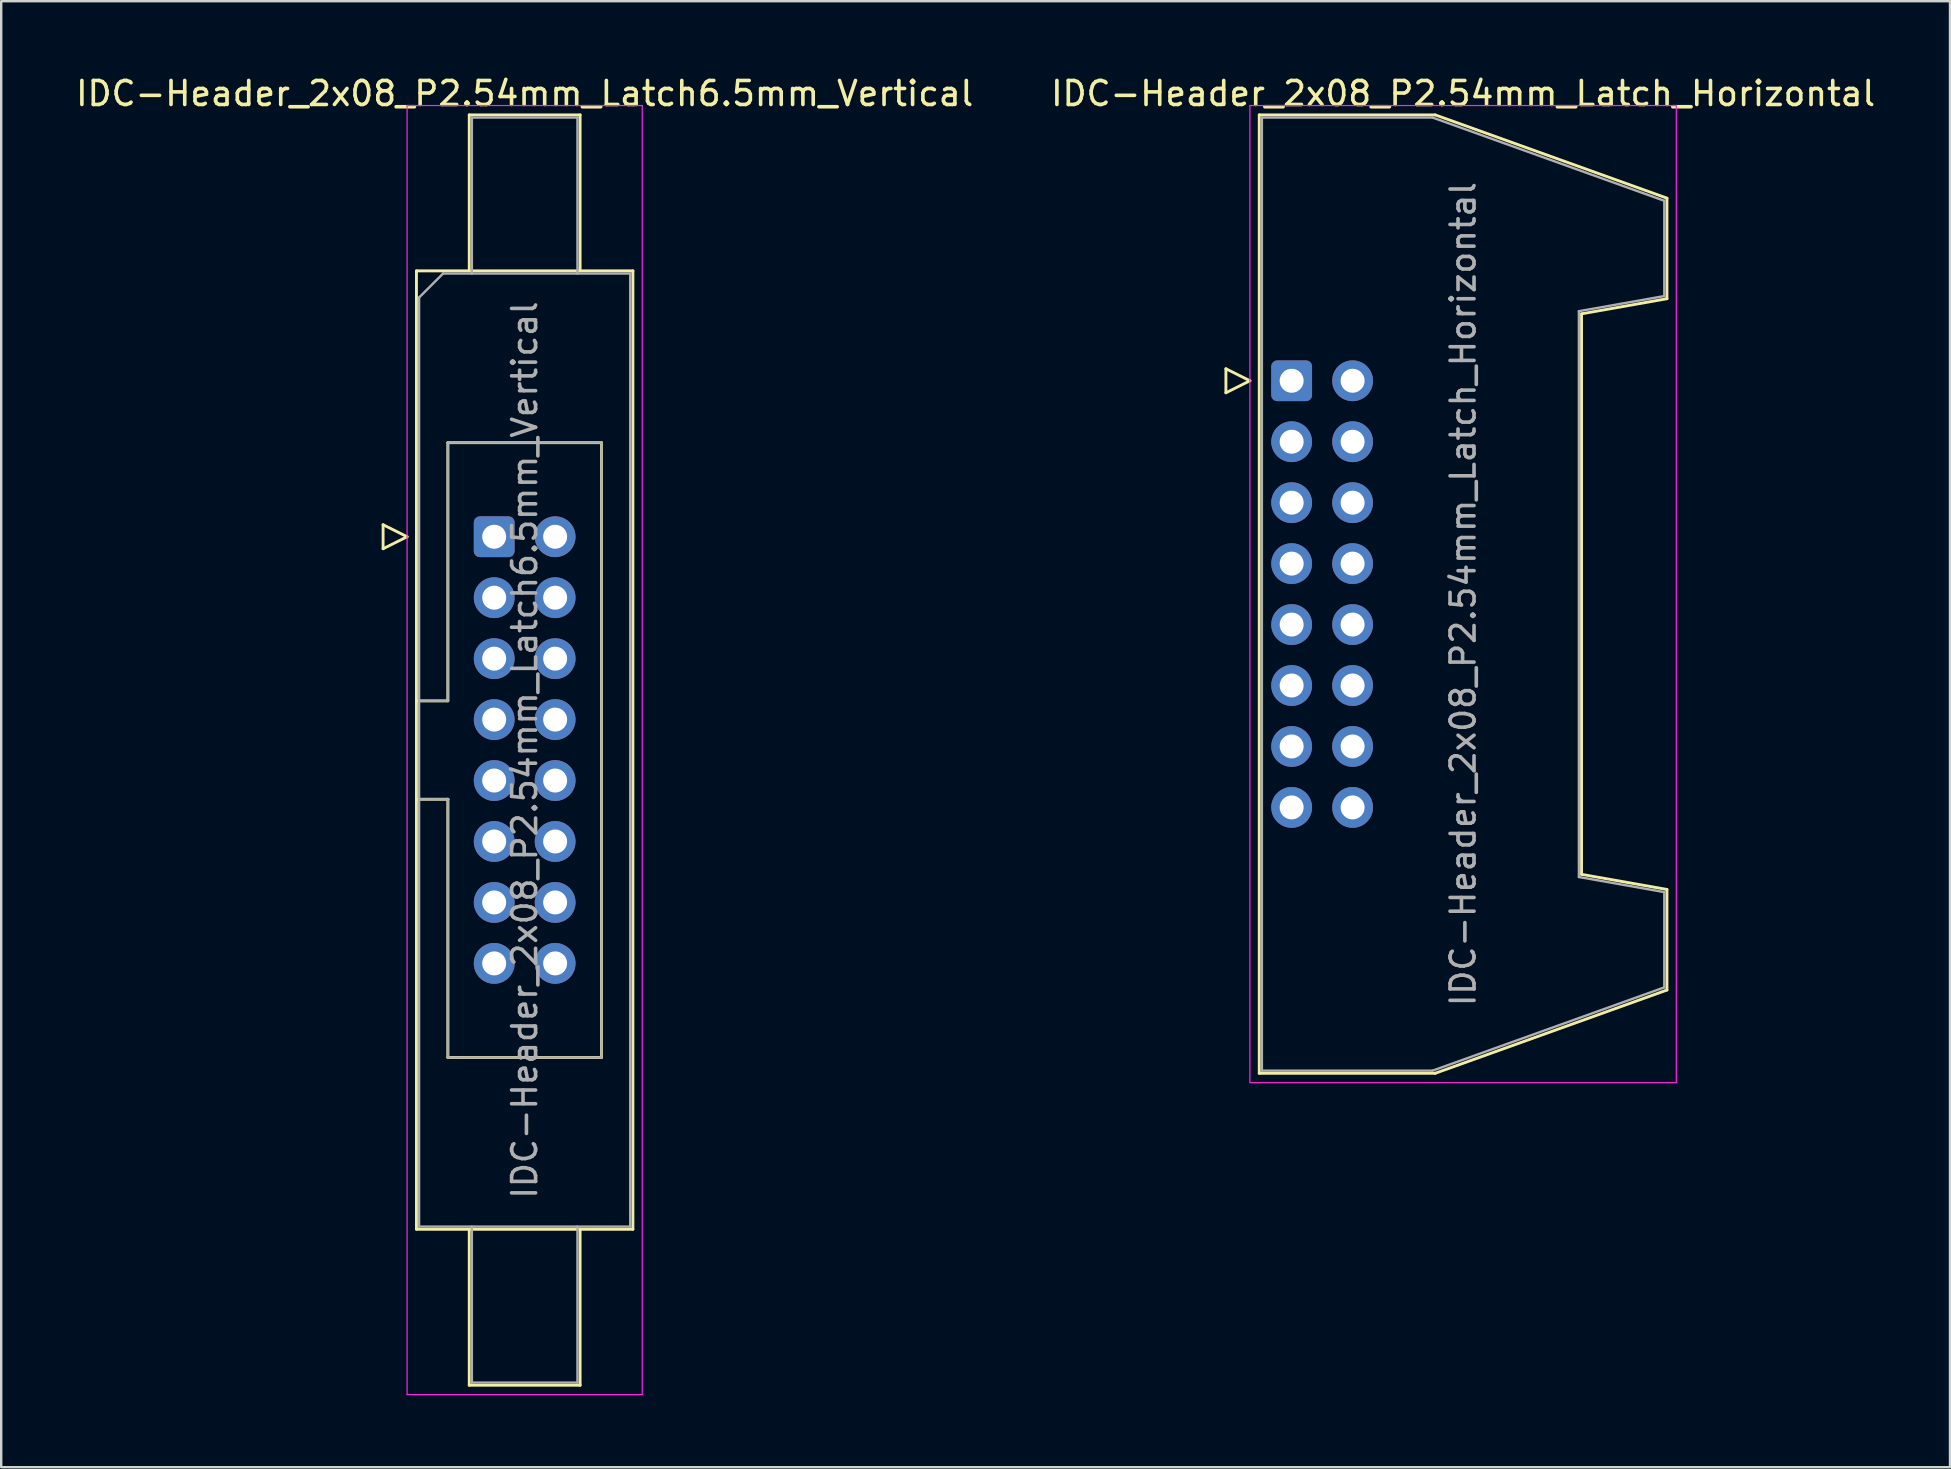
<source format=kicad_pcb>
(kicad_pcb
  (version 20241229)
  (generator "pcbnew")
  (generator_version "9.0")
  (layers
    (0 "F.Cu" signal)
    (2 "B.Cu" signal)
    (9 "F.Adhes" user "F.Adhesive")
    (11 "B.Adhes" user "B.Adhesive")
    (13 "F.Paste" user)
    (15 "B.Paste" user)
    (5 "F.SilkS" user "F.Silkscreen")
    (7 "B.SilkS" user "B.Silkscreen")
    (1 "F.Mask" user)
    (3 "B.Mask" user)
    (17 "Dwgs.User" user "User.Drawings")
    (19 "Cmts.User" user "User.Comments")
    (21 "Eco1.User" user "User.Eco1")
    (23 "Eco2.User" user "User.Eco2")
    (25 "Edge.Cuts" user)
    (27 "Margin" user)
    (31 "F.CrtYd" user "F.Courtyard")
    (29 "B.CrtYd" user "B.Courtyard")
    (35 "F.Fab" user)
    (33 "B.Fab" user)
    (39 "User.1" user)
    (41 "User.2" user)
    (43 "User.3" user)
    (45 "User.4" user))
  (footprint "IDC-Header_2x08_P2.54mm_Latch_Horizontal"
    (layer "F.Cu")
    (at 50.778 12.818)
    (property "Reference" "IDC-Header_2x08_P2.54mm_Latch_Horizontal" (at 7.145 -11.97 0) (layer "F.SilkS") (effects (font (size 1 1) (thickness 0.15))))
    (attr through_hole)
    (fp_line (start -2.74 -0.5) (end -2.74 0.5) (stroke (width 0.12) (type solid)) (layer "F.SilkS"))
    (fp_line (start -2.74 0.5) (end -1.74 0) (stroke (width 0.12) (type solid)) (layer "F.SilkS"))
    (fp_line (start -1.74 0) (end -2.74 -0.5) (stroke (width 0.12) (type solid)) (layer "F.SilkS"))
    (fp_line (start -1.35 -11.08) (end 5.98 -11.08) (stroke (width 0.12) (type solid)) (layer "F.SilkS"))
    (fp_line (start -1.35 28.86) (end -1.35 -11.08) (stroke (width 0.12) (type solid)) (layer "F.SilkS"))
    (fp_line (start 5.98 -11.08) (end 15.64 -7.61) (stroke (width 0.12) (type solid)) (layer "F.SilkS"))
    (fp_line (start 5.98 28.86) (end -1.35 28.86) (stroke (width 0.12) (type solid)) (layer "F.SilkS"))
    (fp_line (start 12.08 -2.79) (end 12.08 20.57) (stroke (width 0.12) (type solid)) (layer "F.SilkS"))
    (fp_line (start 12.08 20.57) (end 15.64 21.2) (stroke (width 0.12) (type solid)) (layer "F.SilkS"))
    (fp_line (start 15.64 -7.61) (end 15.64 -3.42) (stroke (width 0.12) (type solid)) (layer "F.SilkS"))
    (fp_line (start 15.64 -3.42) (end 12.08 -2.79) (stroke (width 0.12) (type solid)) (layer "F.SilkS"))
    (fp_line (start 15.64 21.2) (end 15.64 25.39) (stroke (width 0.12) (type solid)) (layer "F.SilkS"))
    (fp_line (start 15.64 25.39) (end 5.98 28.86) (stroke (width 0.12) (type solid)) (layer "F.SilkS"))
    (fp_line (start -1.74 -11.47) (end -1.74 29.25) (stroke (width 0.05) (type solid)) (layer "F.CrtYd"))
    (fp_line (start -1.74 29.25) (end 16.03 29.25) (stroke (width 0.05) (type solid)) (layer "F.CrtYd"))
    (fp_line (start 16.03 -11.47) (end -1.74 -11.47) (stroke (width 0.05) (type solid)) (layer "F.CrtYd"))
    (fp_line (start 16.03 29.25) (end 16.03 -11.47) (stroke (width 0.05) (type solid)) (layer "F.CrtYd"))
    (fp_line (start -1.24 -10.97) (end 5.87 -10.97) (stroke (width 0.1) (type solid)) (layer "F.Fab"))
    (fp_line (start -1.24 28.75) (end -1.24 -10.97) (stroke (width 0.1) (type solid)) (layer "F.Fab"))
    (fp_line (start 5.87 -10.97) (end 15.53 -7.5) (stroke (width 0.1) (type solid)) (layer "F.Fab"))
    (fp_line (start 5.87 28.75) (end -1.24 28.75) (stroke (width 0.1) (type solid)) (layer "F.Fab"))
    (fp_line (start 11.97 -2.9) (end 11.97 20.68) (stroke (width 0.1) (type solid)) (layer "F.Fab"))
    (fp_line (start 11.97 20.68) (end 15.53 21.31) (stroke (width 0.1) (type solid)) (layer "F.Fab"))
    (fp_line (start 15.53 -7.5) (end 15.53 -3.53) (stroke (width 0.1) (type solid)) (layer "F.Fab"))
    (fp_line (start 15.53 -3.53) (end 11.97 -2.9) (stroke (width 0.1) (type solid)) (layer "F.Fab"))
    (fp_line (start 15.53 21.31) (end 15.53 25.28) (stroke (width 0.1) (type solid)) (layer "F.Fab"))
    (fp_line (start 15.53 25.28) (end 5.87 28.75) (stroke (width 0.1) (type solid)) (layer "F.Fab"))
    (fp_text user "${REFERENCE}" (at 7.145 8.89 90) (layer "F.Fab") (effects (font (size 1 1) (thickness 0.15))))
    (pad "1" thru_hole roundrect (at 0 0) (size 1.7 1.7) (drill 1) (layers "*.Cu" "*.Mask") (roundrect_rratio 0.147))
    (pad "2" thru_hole circle (at 2.54 0) (size 1.7 1.7) (drill 1) (layers "*.Cu" "*.Mask"))
    (pad "3" thru_hole circle (at 0 2.54) (size 1.7 1.7) (drill 1) (layers "*.Cu" "*.Mask"))
    (pad "4" thru_hole circle (at 2.54 2.54) (size 1.7 1.7) (drill 1) (layers "*.Cu" "*.Mask"))
    (pad "5" thru_hole circle (at 0 5.08) (size 1.7 1.7) (drill 1) (layers "*.Cu" "*.Mask"))
    (pad "6" thru_hole circle (at 2.54 5.08) (size 1.7 1.7) (drill 1) (layers "*.Cu" "*.Mask"))
    (pad "7" thru_hole circle (at 0 7.62) (size 1.7 1.7) (drill 1) (layers "*.Cu" "*.Mask"))
    (pad "8" thru_hole circle (at 2.54 7.62) (size 1.7 1.7) (drill 1) (layers "*.Cu" "*.Mask"))
    (pad "9" thru_hole circle (at 0 10.16) (size 1.7 1.7) (drill 1) (layers "*.Cu" "*.Mask"))
    (pad "10" thru_hole circle (at 2.54 10.16) (size 1.7 1.7) (drill 1) (layers "*.Cu" "*.Mask"))
    (pad "11" thru_hole circle (at 0 12.7) (size 1.7 1.7) (drill 1) (layers "*.Cu" "*.Mask"))
    (pad "12" thru_hole circle (at 2.54 12.7) (size 1.7 1.7) (drill 1) (layers "*.Cu" "*.Mask"))
    (pad "13" thru_hole circle (at 0 15.24) (size 1.7 1.7) (drill 1) (layers "*.Cu" "*.Mask"))
    (pad "14" thru_hole circle (at 2.54 15.24) (size 1.7 1.7) (drill 1) (layers "*.Cu" "*.Mask"))
    (pad "15" thru_hole circle (at 0 17.78) (size 1.7 1.7) (drill 1) (layers "*.Cu" "*.Mask"))
    (pad "16" thru_hole circle (at 2.54 17.78) (size 1.7 1.7) (drill 1) (layers "*.Cu" "*.Mask")))
  (footprint "IDC-Header_2x08_P2.54mm_Latch6.5mm_Vertical"
    (layer "F.Cu")
    (at 17.545 19.318)
    (property "Reference" "IDC-Header_2x08_P2.54mm_Latch6.5mm_Vertical" (at 1.27 -18.47 0) (layer "F.SilkS") (effects (font (size 1 1) (thickness 0.15))))
    (attr through_hole)
    (fp_line (start -4.63 -0.5) (end -4.63 0.5) (stroke (width 0.12) (type solid)) (layer "F.SilkS"))
    (fp_line (start -4.63 0.5) (end -3.63 0) (stroke (width 0.12) (type solid)) (layer "F.SilkS"))
    (fp_line (start -3.63 0) (end -4.63 -0.5) (stroke (width 0.12) (type solid)) (layer "F.SilkS"))
    (fp_line (start -3.24 -11.08) (end 5.78 -11.08) (stroke (width 0.12) (type solid)) (layer "F.SilkS"))
    (fp_line (start -3.24 6.84) (end -1.93 6.84) (stroke (width 0.12) (type solid)) (layer "F.SilkS"))
    (fp_line (start -3.24 28.86) (end -3.24 -11.08) (stroke (width 0.12) (type solid)) (layer "F.SilkS"))
    (fp_line (start -1.93 -3.92) (end 4.47 -3.92) (stroke (width 0.12) (type solid)) (layer "F.SilkS"))
    (fp_line (start -1.93 6.84) (end -1.93 -3.92) (stroke (width 0.12) (type solid)) (layer "F.SilkS"))
    (fp_line (start -1.93 10.94) (end -3.24 10.94) (stroke (width 0.12) (type solid)) (layer "F.SilkS"))
    (fp_line (start -1.93 10.94) (end -1.93 10.94) (stroke (width 0.12) (type solid)) (layer "F.SilkS"))
    (fp_line (start -1.93 21.7) (end -1.93 10.94) (stroke (width 0.12) (type solid)) (layer "F.SilkS"))
    (fp_line (start -1.04 -17.58) (end 3.58 -17.58) (stroke (width 0.12) (type solid)) (layer "F.SilkS"))
    (fp_line (start -1.04 -11.08) (end -1.04 -17.58) (stroke (width 0.12) (type solid)) (layer "F.SilkS"))
    (fp_line (start -1.04 28.86) (end -1.04 35.36) (stroke (width 0.12) (type solid)) (layer "F.SilkS"))
    (fp_line (start -1.04 35.36) (end 3.58 35.36) (stroke (width 0.12) (type solid)) (layer "F.SilkS"))
    (fp_line (start 3.58 -17.58) (end 3.58 -11.08) (stroke (width 0.12) (type solid)) (layer "F.SilkS"))
    (fp_line (start 3.58 35.36) (end 3.58 28.86) (stroke (width 0.12) (type solid)) (layer "F.SilkS"))
    (fp_line (start 4.47 -3.92) (end 4.47 21.7) (stroke (width 0.12) (type solid)) (layer "F.SilkS"))
    (fp_line (start 4.47 21.7) (end -1.93 21.7) (stroke (width 0.12) (type solid)) (layer "F.SilkS"))
    (fp_line (start 5.78 -11.08) (end 5.78 28.86) (stroke (width 0.12) (type solid)) (layer "F.SilkS"))
    (fp_line (start 5.78 28.86) (end -3.24 28.86) (stroke (width 0.12) (type solid)) (layer "F.SilkS"))
    (fp_line (start -3.63 -17.97) (end -3.63 35.75) (stroke (width 0.05) (type solid)) (layer "F.CrtYd"))
    (fp_line (start -3.63 35.75) (end 6.17 35.75) (stroke (width 0.05) (type solid)) (layer "F.CrtYd"))
    (fp_line (start 6.17 -17.97) (end -3.63 -17.97) (stroke (width 0.05) (type solid)) (layer "F.CrtYd"))
    (fp_line (start 6.17 35.75) (end 6.17 -17.97) (stroke (width 0.05) (type solid)) (layer "F.CrtYd"))
    (fp_line (start -3.13 -9.97) (end -2.13 -10.97) (stroke (width 0.1) (type solid)) (layer "F.Fab"))
    (fp_line (start -3.13 6.84) (end -1.93 6.84) (stroke (width 0.1) (type solid)) (layer "F.Fab"))
    (fp_line (start -3.13 28.75) (end -3.13 -9.97) (stroke (width 0.1) (type solid)) (layer "F.Fab"))
    (fp_line (start -2.13 -10.97) (end 5.67 -10.97) (stroke (width 0.1) (type solid)) (layer "F.Fab"))
    (fp_line (start -1.93 -3.92) (end 4.47 -3.92) (stroke (width 0.1) (type solid)) (layer "F.Fab"))
    (fp_line (start -1.93 6.84) (end -1.93 -3.92) (stroke (width 0.1) (type solid)) (layer "F.Fab"))
    (fp_line (start -1.93 10.94) (end -3.13 10.94) (stroke (width 0.1) (type solid)) (layer "F.Fab"))
    (fp_line (start -1.93 10.94) (end -1.93 10.94) (stroke (width 0.1) (type solid)) (layer "F.Fab"))
    (fp_line (start -1.93 21.7) (end -1.93 10.94) (stroke (width 0.1) (type solid)) (layer "F.Fab"))
    (fp_line (start -0.93 -17.47) (end 3.47 -17.47) (stroke (width 0.1) (type solid)) (layer "F.Fab"))
    (fp_line (start -0.93 -10.97) (end -0.93 -17.47) (stroke (width 0.1) (type solid)) (layer "F.Fab"))
    (fp_line (start -0.93 28.75) (end -0.93 35.25) (stroke (width 0.1) (type solid)) (layer "F.Fab"))
    (fp_line (start -0.93 35.25) (end 3.47 35.25) (stroke (width 0.1) (type solid)) (layer "F.Fab"))
    (fp_line (start 3.47 -17.47) (end 3.47 -10.97) (stroke (width 0.1) (type solid)) (layer "F.Fab"))
    (fp_line (start 3.47 35.25) (end 3.47 28.75) (stroke (width 0.1) (type solid)) (layer "F.Fab"))
    (fp_line (start 4.47 -3.92) (end 4.47 21.7) (stroke (width 0.1) (type solid)) (layer "F.Fab"))
    (fp_line (start 4.47 21.7) (end -1.93 21.7) (stroke (width 0.1) (type solid)) (layer "F.Fab"))
    (fp_line (start 5.67 -10.97) (end 5.67 28.75) (stroke (width 0.1) (type solid)) (layer "F.Fab"))
    (fp_line (start 5.67 28.75) (end -3.13 28.75) (stroke (width 0.1) (type solid)) (layer "F.Fab"))
    (fp_text user "${REFERENCE}" (at 1.27 8.89 90) (layer "F.Fab") (effects (font (size 1 1) (thickness 0.15))))
    (pad "1" thru_hole roundrect (at 0 0) (size 1.7 1.7) (drill 1) (layers "*.Cu" "*.Mask") (roundrect_rratio 0.147))
    (pad "2" thru_hole circle (at 2.54 0) (size 1.7 1.7) (drill 1) (layers "*.Cu" "*.Mask"))
    (pad "3" thru_hole circle (at 0 2.54) (size 1.7 1.7) (drill 1) (layers "*.Cu" "*.Mask"))
    (pad "4" thru_hole circle (at 2.54 2.54) (size 1.7 1.7) (drill 1) (layers "*.Cu" "*.Mask"))
    (pad "5" thru_hole circle (at 0 5.08) (size 1.7 1.7) (drill 1) (layers "*.Cu" "*.Mask"))
    (pad "6" thru_hole circle (at 2.54 5.08) (size 1.7 1.7) (drill 1) (layers "*.Cu" "*.Mask"))
    (pad "7" thru_hole circle (at 0 7.62) (size 1.7 1.7) (drill 1) (layers "*.Cu" "*.Mask"))
    (pad "8" thru_hole circle (at 2.54 7.62) (size 1.7 1.7) (drill 1) (layers "*.Cu" "*.Mask"))
    (pad "9" thru_hole circle (at 0 10.16) (size 1.7 1.7) (drill 1) (layers "*.Cu" "*.Mask"))
    (pad "10" thru_hole circle (at 2.54 10.16) (size 1.7 1.7) (drill 1) (layers "*.Cu" "*.Mask"))
    (pad "11" thru_hole circle (at 0 12.7) (size 1.7 1.7) (drill 1) (layers "*.Cu" "*.Mask"))
    (pad "12" thru_hole circle (at 2.54 12.7) (size 1.7 1.7) (drill 1) (layers "*.Cu" "*.Mask"))
    (pad "13" thru_hole circle (at 0 15.24) (size 1.7 1.7) (drill 1) (layers "*.Cu" "*.Mask"))
    (pad "14" thru_hole circle (at 2.54 15.24) (size 1.7 1.7) (drill 1) (layers "*.Cu" "*.Mask"))
    (pad "15" thru_hole circle (at 0 17.78) (size 1.7 1.7) (drill 1) (layers "*.Cu" "*.Mask"))
    (pad "16" thru_hole circle (at 2.54 17.78) (size 1.7 1.7) (drill 1) (layers "*.Cu" "*.Mask")))
  (gr_rect
    (start -3 -3)
    (end 78.214 58.093)
    (stroke (width 0.1) (type default))
    (fill no)
    (layer "Edge.Cuts")))
</source>
